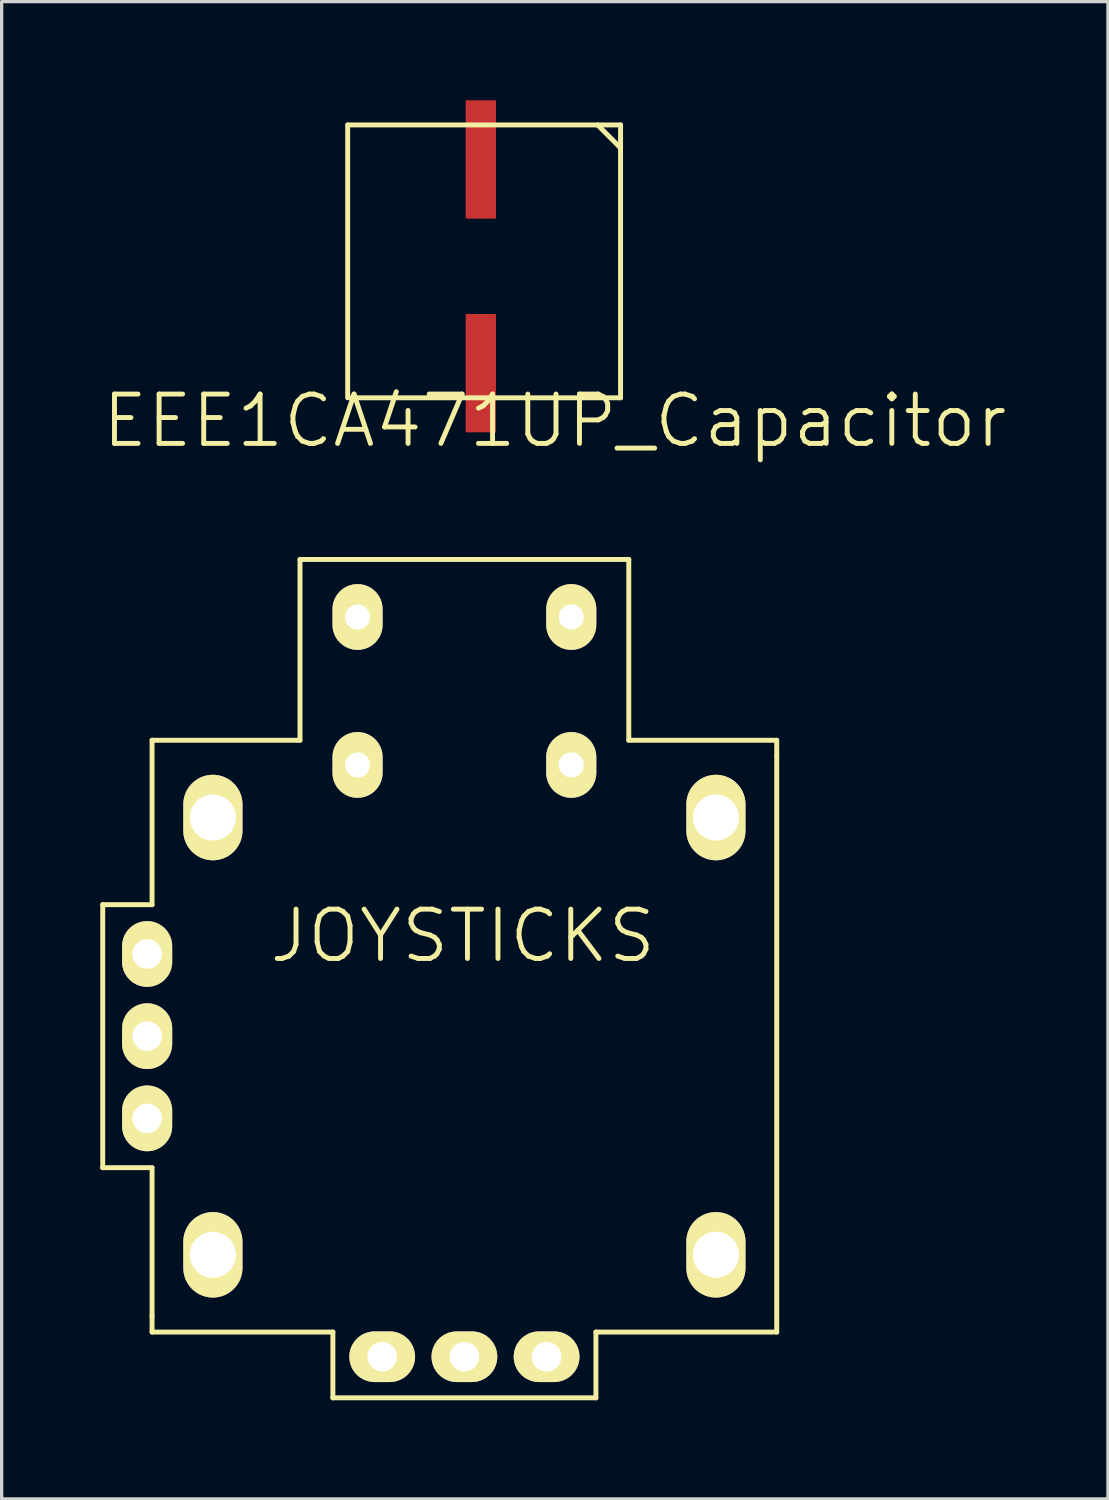
<source format=kicad_pcb>
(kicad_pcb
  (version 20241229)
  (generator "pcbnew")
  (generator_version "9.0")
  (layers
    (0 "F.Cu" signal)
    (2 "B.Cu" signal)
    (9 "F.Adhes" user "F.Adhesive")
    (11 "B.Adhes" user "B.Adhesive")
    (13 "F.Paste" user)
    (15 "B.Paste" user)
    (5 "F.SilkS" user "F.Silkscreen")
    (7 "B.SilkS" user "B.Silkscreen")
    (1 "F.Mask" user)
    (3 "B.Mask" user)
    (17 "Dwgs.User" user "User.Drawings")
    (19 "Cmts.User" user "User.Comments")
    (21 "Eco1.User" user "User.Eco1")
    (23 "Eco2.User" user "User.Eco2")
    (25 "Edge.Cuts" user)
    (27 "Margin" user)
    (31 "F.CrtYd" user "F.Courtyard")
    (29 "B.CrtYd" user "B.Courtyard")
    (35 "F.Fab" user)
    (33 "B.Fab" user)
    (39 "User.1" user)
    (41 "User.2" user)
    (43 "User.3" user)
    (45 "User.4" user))
  (footprint "EEE1CA471UP_Capacitor"
    (layer "F.Cu")
    (at 11.575 5.05)
    (property "Reference" "EEE1CA471UP_Capacitor" (at 2.25 4.7 0) (layer "F.SilkS") (effects (font (size 1.5 1.5) (thickness 0.15))))
    (attr through_hole)
    (fp_line (start -4.05 -4.3) (end 4.25 -4.3) (stroke (width 0.15) (type solid)) (layer "F.SilkS"))
    (fp_line (start -4.05 4) (end -4.05 -4.3) (stroke (width 0.15) (type solid)) (layer "F.SilkS"))
    (fp_line (start 3.55 -4.3) (end 4.25 -3.6) (stroke (width 0.15) (type solid)) (layer "F.SilkS"))
    (fp_line (start 4.25 -4.3) (end 4.25 4) (stroke (width 0.15) (type solid)) (layer "F.SilkS"))
    (fp_line (start 4.25 4) (end -3.95 4) (stroke (width 0.15) (type solid)) (layer "F.SilkS"))
    (pad "1" smd rect (at 0 -3.25) (size 0.92 3.6) (layers "F.Cu" "F.Mask" "F.Paste"))
    (pad "2" smd rect (at 0 3.25) (size 0.92 3.6) (layers "F.Cu" "F.Mask" "F.Paste")))
  (footprint "JOYSTICKS"
    (layer "F.Cu")
    (at 11.075 28.466)
    (property "Reference" "JOYSTICKS" (at -0.05 -3.05 0) (layer "F.SilkS") (effects (font (size 1.5 1.5) (thickness 0.15))))
    (attr through_hole)
    (fp_line (start -11 -4) (end -11 4) (stroke (width 0.15) (type solid)) (layer "F.SilkS"))
    (fp_line (start -11 4) (end -9.5 4) (stroke (width 0.15) (type solid)) (layer "F.SilkS"))
    (fp_line (start -9.5 -9) (end -9.5 -4) (stroke (width 0.15) (type solid)) (layer "F.SilkS"))
    (fp_line (start -9.5 -4) (end -11 -4) (stroke (width 0.15) (type solid)) (layer "F.SilkS"))
    (fp_line (start -9.5 4) (end -9.5 8.5) (stroke (width 0.15) (type solid)) (layer "F.SilkS"))
    (fp_line (start -9.5 8.5) (end -9.5 9) (stroke (width 0.15) (type solid)) (layer "F.SilkS"))
    (fp_line (start -9.5 9) (end -4 9) (stroke (width 0.15) (type solid)) (layer "F.SilkS"))
    (fp_line (start -5 -14.5) (end -5 -9) (stroke (width 0.15) (type solid)) (layer "F.SilkS"))
    (fp_line (start -5 -9) (end -9.5 -9) (stroke (width 0.15) (type solid)) (layer "F.SilkS"))
    (fp_line (start -4 9) (end -4 11) (stroke (width 0.15) (type solid)) (layer "F.SilkS"))
    (fp_line (start -4 11) (end 4 11) (stroke (width 0.15) (type solid)) (layer "F.SilkS"))
    (fp_line (start 4 9) (end 9.5 9) (stroke (width 0.15) (type solid)) (layer "F.SilkS"))
    (fp_line (start 4 11) (end 4 9) (stroke (width 0.15) (type solid)) (layer "F.SilkS"))
    (fp_line (start 5 -14.5) (end -5 -14.5) (stroke (width 0.15) (type solid)) (layer "F.SilkS"))
    (fp_line (start 5 -9) (end 5 -14.5) (stroke (width 0.15) (type solid)) (layer "F.SilkS"))
    (fp_line (start 9.5 -9) (end 5 -9) (stroke (width 0.15) (type solid)) (layer "F.SilkS"))
    (fp_line (start 9.5 -8.5) (end 9.5 -9) (stroke (width 0.15) (type solid)) (layer "F.SilkS"))
    (fp_line (start 9.5 9) (end 9.5 -8.5) (stroke (width 0.15) (type solid)) (layer "F.SilkS"))
    (pad "" thru_hole oval (at -7.65 -6.65) (size 1.8 2.6) (drill 1.4) (layers "*.Cu" "*.Mask" "F.SilkS"))
    (pad "" thru_hole oval (at -7.65 6.65) (size 1.8 2.6) (drill 1.4) (layers "*.Cu" "*.Mask" "F.SilkS"))
    (pad "" thru_hole oval (at 7.65 -6.65) (size 1.8 2.6) (drill 1.4) (layers "*.Cu" "*.Mask" "F.SilkS"))
    (pad "" thru_hole oval (at 7.65 6.65) (size 1.8 2.6) (drill 1.4) (layers "*.Cu" "*.Mask" "F.SilkS"))
    (pad "1" thru_hole oval (at 3.25 -12.75) (size 1.524 2) (drill 0.762) (layers "*.Cu" "*.Mask" "F.SilkS"))
    (pad "1" thru_hole oval (at 3.25 -8.25) (size 1.524 2) (drill 0.762) (layers "*.Cu" "*.Mask" "F.SilkS"))
    (pad "2" thru_hole oval (at -3.25 -12.75) (size 1.524 2) (drill 0.762) (layers "*.Cu" "*.Mask" "F.SilkS"))
    (pad "2" thru_hole oval (at -3.25 -8.25) (size 1.524 2) (drill 0.762) (layers "*.Cu" "*.Mask" "F.SilkS"))
    (pad "3" thru_hole oval (at -9.65 -2.5) (size 1.524 2) (drill 0.9) (layers "*.Cu" "*.Mask" "F.SilkS"))
    (pad "4" thru_hole oval (at -9.65 0) (size 1.524 2) (drill 0.9) (layers "*.Cu" "*.Mask" "F.SilkS"))
    (pad "5" thru_hole oval (at -9.65 2.5) (size 1.524 2) (drill 0.9) (layers "*.Cu" "*.Mask" "F.SilkS"))
    (pad "6" thru_hole oval (at -2.5 9.75) (size 2 1.54) (drill 0.9) (layers "*.Cu" "*.Mask" "F.SilkS"))
    (pad "7" thru_hole oval (at 0 9.75) (size 2 1.54) (drill 0.9) (layers "*.Cu" "*.Mask" "F.SilkS"))
    (pad "8" thru_hole oval (at 2.5 9.75) (size 2 1.54) (drill 0.9) (layers "*.Cu" "*.Mask" "F.SilkS")))
  (gr_rect
    (start -3 -3)
    (end 30.65 42.541)
    (stroke (width 0.1) (type default))
    (fill no)
    (layer "Edge.Cuts")))
</source>
